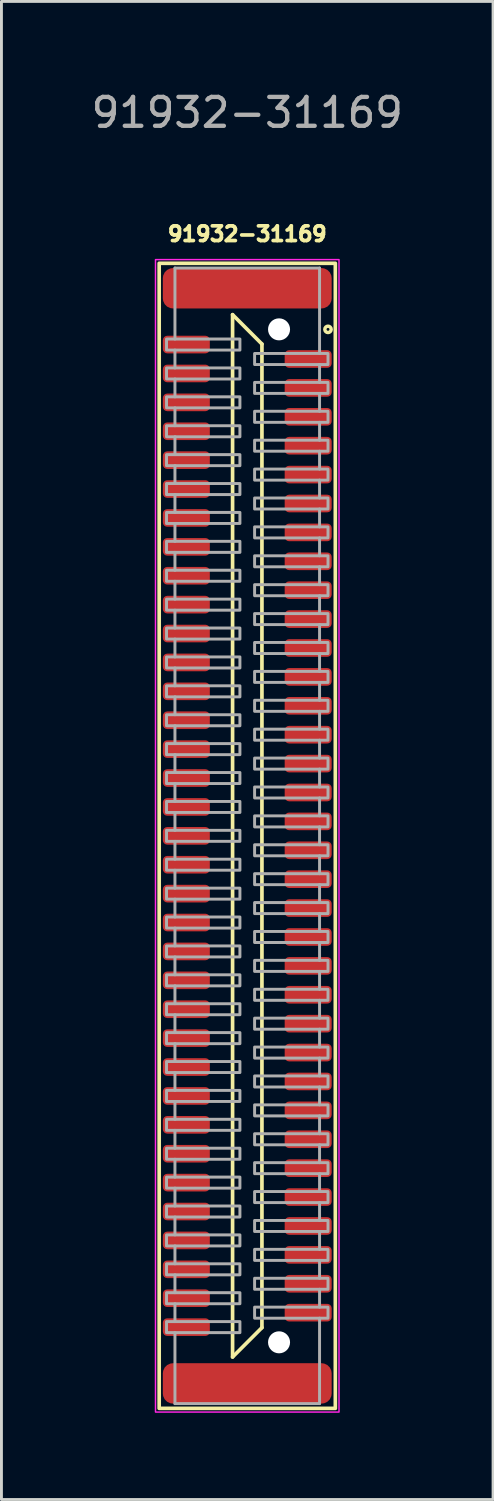
<source format=kicad_pcb>
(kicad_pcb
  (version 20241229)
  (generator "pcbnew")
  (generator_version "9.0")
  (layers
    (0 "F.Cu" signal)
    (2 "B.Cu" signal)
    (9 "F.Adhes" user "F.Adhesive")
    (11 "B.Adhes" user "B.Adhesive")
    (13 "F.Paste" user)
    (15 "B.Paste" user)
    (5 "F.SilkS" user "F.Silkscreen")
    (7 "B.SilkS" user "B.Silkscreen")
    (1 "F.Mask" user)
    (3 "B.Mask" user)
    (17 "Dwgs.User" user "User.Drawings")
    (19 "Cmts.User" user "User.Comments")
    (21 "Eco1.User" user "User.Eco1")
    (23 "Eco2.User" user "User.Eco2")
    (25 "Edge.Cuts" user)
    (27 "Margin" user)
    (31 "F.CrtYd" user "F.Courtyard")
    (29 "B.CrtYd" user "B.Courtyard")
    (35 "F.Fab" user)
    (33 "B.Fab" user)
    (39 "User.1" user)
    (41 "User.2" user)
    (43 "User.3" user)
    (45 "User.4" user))
  (footprint "91932-31169"
    (layer "F.Cu")
    (at 5.506 25.873)
    (property "Reference" "91932-31169" (at 0 -20.828 0) (layer "F.SilkS") (effects (font (size 0.508 0.508) (thickness 0.127))))
    (attr smd)
    (fp_line (start -0.508 -18.034) (end -0.508 18.034) (stroke (width 0.127) (type default)) (layer "F.SilkS"))
    (fp_line (start -0.508 18.034) (end 0.508 17.018) (stroke (width 0.127) (type default)) (layer "F.SilkS"))
    (fp_line (start 0.508 -17.018) (end -0.508 -18.034) (stroke (width 0.127) (type default)) (layer "F.SilkS"))
    (fp_line (start 0.508 17.018) (end 0.508 -17.018) (stroke (width 0.127) (type default)) (layer "F.SilkS"))
    (fp_rect (start 3.048 -19.812) (end -3.048 19.812) (stroke (width 0.127) (type default)) (fill no) (layer "F.SilkS"))
    (fp_circle (center 2.794 -17.526) (end 2.744 -17.526) (stroke (width 0.12) (type solid)) (fill no) (layer "F.SilkS"))
    (fp_rect (start 3.175 -19.939) (end -3.175 19.939) (stroke (width 0.051) (type default)) (fill no) (layer "F.CrtYd"))
    (fp_line (start -2.502 -19.647) (end -2.502 -17.191) (stroke (width 0.102) (type default)) (layer "F.Fab"))
    (fp_line (start -2.502 -19.647) (end 2.502 -19.647) (stroke (width 0.102) (type default)) (layer "F.Fab"))
    (fp_line (start -2.502 -16.809) (end -2.502 -16.191) (stroke (width 0.102) (type default)) (layer "F.Fab"))
    (fp_line (start -2.502 -15.809) (end -2.502 -15.191) (stroke (width 0.102) (type default)) (layer "F.Fab"))
    (fp_line (start -2.502 -14.809) (end -2.502 -14.191) (stroke (width 0.102) (type default)) (layer "F.Fab"))
    (fp_line (start -2.502 -13.809) (end -2.502 -13.191) (stroke (width 0.102) (type default)) (layer "F.Fab"))
    (fp_line (start -2.502 -12.809) (end -2.502 -12.191) (stroke (width 0.102) (type default)) (layer "F.Fab"))
    (fp_line (start -2.502 -11.809) (end -2.502 -11.191) (stroke (width 0.102) (type default)) (layer "F.Fab"))
    (fp_line (start -2.502 -10.809) (end -2.502 -10.191) (stroke (width 0.102) (type default)) (layer "F.Fab"))
    (fp_line (start -2.502 -9.809) (end -2.502 -9.191) (stroke (width 0.102) (type default)) (layer "F.Fab"))
    (fp_line (start -2.502 -8.809) (end -2.502 -8.191) (stroke (width 0.102) (type default)) (layer "F.Fab"))
    (fp_line (start -2.502 -7.809) (end -2.502 -7.191) (stroke (width 0.102) (type default)) (layer "F.Fab"))
    (fp_line (start -2.502 -6.809) (end -2.502 -6.191) (stroke (width 0.102) (type default)) (layer "F.Fab"))
    (fp_line (start -2.502 -5.809) (end -2.502 -5.191) (stroke (width 0.102) (type default)) (layer "F.Fab"))
    (fp_line (start -2.502 -4.809) (end -2.502 -4.191) (stroke (width 0.102) (type default)) (layer "F.Fab"))
    (fp_line (start -2.502 -3.809) (end -2.502 -3.191) (stroke (width 0.102) (type default)) (layer "F.Fab"))
    (fp_line (start -2.502 -2.809) (end -2.502 -2.191) (stroke (width 0.102) (type default)) (layer "F.Fab"))
    (fp_line (start -2.502 -1.81) (end -2.502 -1.19) (stroke (width 0.102) (type default)) (layer "F.Fab"))
    (fp_line (start -2.502 -0.809) (end -2.502 -0.191) (stroke (width 0.102) (type default)) (layer "F.Fab"))
    (fp_line (start -2.502 0.191) (end -2.502 0.809) (stroke (width 0.102) (type default)) (layer "F.Fab"))
    (fp_line (start -2.502 1.19) (end -2.502 1.81) (stroke (width 0.102) (type default)) (layer "F.Fab"))
    (fp_line (start -2.502 2.191) (end -2.502 2.809) (stroke (width 0.102) (type default)) (layer "F.Fab"))
    (fp_line (start -2.502 3.191) (end -2.502 3.809) (stroke (width 0.102) (type default)) (layer "F.Fab"))
    (fp_line (start -2.502 4.191) (end -2.502 4.809) (stroke (width 0.102) (type default)) (layer "F.Fab"))
    (fp_line (start -2.502 5.191) (end -2.502 5.809) (stroke (width 0.102) (type default)) (layer "F.Fab"))
    (fp_line (start -2.502 6.191) (end -2.502 6.809) (stroke (width 0.102) (type default)) (layer "F.Fab"))
    (fp_line (start -2.502 7.191) (end -2.502 7.809) (stroke (width 0.102) (type default)) (layer "F.Fab"))
    (fp_line (start -2.502 8.191) (end -2.502 8.809) (stroke (width 0.102) (type default)) (layer "F.Fab"))
    (fp_line (start -2.502 9.191) (end -2.502 9.809) (stroke (width 0.102) (type default)) (layer "F.Fab"))
    (fp_line (start -2.502 10.191) (end -2.502 10.809) (stroke (width 0.102) (type default)) (layer "F.Fab"))
    (fp_line (start -2.502 11.191) (end -2.502 11.809) (stroke (width 0.102) (type default)) (layer "F.Fab"))
    (fp_line (start -2.502 12.191) (end -2.502 12.809) (stroke (width 0.102) (type default)) (layer "F.Fab"))
    (fp_line (start -2.502 13.191) (end -2.502 13.809) (stroke (width 0.102) (type default)) (layer "F.Fab"))
    (fp_line (start -2.502 14.191) (end -2.502 14.809) (stroke (width 0.102) (type default)) (layer "F.Fab"))
    (fp_line (start -2.502 15.191) (end -2.502 15.809) (stroke (width 0.102) (type default)) (layer "F.Fab"))
    (fp_line (start -2.502 16.191) (end -2.502 16.809) (stroke (width 0.102) (type default)) (layer "F.Fab"))
    (fp_line (start -2.502 17.191) (end -2.502 19.647) (stroke (width 0.102) (type default)) (layer "F.Fab"))
    (fp_line (start -2.502 19.647) (end 2.502 19.647) (stroke (width 0.102) (type default)) (layer "F.Fab"))
    (fp_line (start 2.502 -19.647) (end 2.502 -16.691) (stroke (width 0.102) (type default)) (layer "F.Fab"))
    (fp_line (start 2.502 -16.309) (end 2.502 -15.691) (stroke (width 0.102) (type default)) (layer "F.Fab"))
    (fp_line (start 2.502 -15.309) (end 2.502 -14.691) (stroke (width 0.102) (type default)) (layer "F.Fab"))
    (fp_line (start 2.502 -14.309) (end 2.502 -13.691) (stroke (width 0.102) (type default)) (layer "F.Fab"))
    (fp_line (start 2.502 -13.309) (end 2.502 -12.691) (stroke (width 0.102) (type default)) (layer "F.Fab"))
    (fp_line (start 2.502 -12.309) (end 2.502 -11.691) (stroke (width 0.102) (type default)) (layer "F.Fab"))
    (fp_line (start 2.502 -11.309) (end 2.502 -10.691) (stroke (width 0.102) (type default)) (layer "F.Fab"))
    (fp_line (start 2.502 -10.309) (end 2.502 -9.691) (stroke (width 0.102) (type default)) (layer "F.Fab"))
    (fp_line (start 2.502 -9.309) (end 2.502 -8.691) (stroke (width 0.102) (type default)) (layer "F.Fab"))
    (fp_line (start 2.502 -8.309) (end 2.502 -7.691) (stroke (width 0.102) (type default)) (layer "F.Fab"))
    (fp_line (start 2.502 -7.309) (end 2.502 -6.691) (stroke (width 0.102) (type default)) (layer "F.Fab"))
    (fp_line (start 2.502 -6.309) (end 2.502 -5.691) (stroke (width 0.102) (type default)) (layer "F.Fab"))
    (fp_line (start 2.502 -5.309) (end 2.502 -4.691) (stroke (width 0.102) (type default)) (layer "F.Fab"))
    (fp_line (start 2.502 -4.309) (end 2.502 -3.691) (stroke (width 0.102) (type default)) (layer "F.Fab"))
    (fp_line (start 2.502 -3.309) (end 2.502 -2.691) (stroke (width 0.102) (type default)) (layer "F.Fab"))
    (fp_line (start 2.502 -2.309) (end 2.502 -1.69) (stroke (width 0.102) (type default)) (layer "F.Fab"))
    (fp_line (start 2.502 -1.31) (end 2.502 -0.691) (stroke (width 0.102) (type default)) (layer "F.Fab"))
    (fp_line (start 2.502 -0.309) (end 2.502 0.309) (stroke (width 0.102) (type default)) (layer "F.Fab"))
    (fp_line (start 2.502 0.691) (end 2.502 1.31) (stroke (width 0.102) (type default)) (layer "F.Fab"))
    (fp_line (start 2.502 1.69) (end 2.502 2.309) (stroke (width 0.102) (type default)) (layer "F.Fab"))
    (fp_line (start 2.502 2.691) (end 2.502 3.309) (stroke (width 0.102) (type default)) (layer "F.Fab"))
    (fp_line (start 2.502 3.691) (end 2.502 4.309) (stroke (width 0.102) (type default)) (layer "F.Fab"))
    (fp_line (start 2.502 4.691) (end 2.502 5.309) (stroke (width 0.102) (type default)) (layer "F.Fab"))
    (fp_line (start 2.502 5.691) (end 2.502 6.309) (stroke (width 0.102) (type default)) (layer "F.Fab"))
    (fp_line (start 2.502 6.691) (end 2.502 7.309) (stroke (width 0.102) (type default)) (layer "F.Fab"))
    (fp_line (start 2.502 7.691) (end 2.502 8.309) (stroke (width 0.102) (type default)) (layer "F.Fab"))
    (fp_line (start 2.502 8.691) (end 2.502 9.309) (stroke (width 0.102) (type default)) (layer "F.Fab"))
    (fp_line (start 2.502 9.691) (end 2.502 10.309) (stroke (width 0.102) (type default)) (layer "F.Fab"))
    (fp_line (start 2.502 10.691) (end 2.502 11.309) (stroke (width 0.102) (type default)) (layer "F.Fab"))
    (fp_line (start 2.502 11.691) (end 2.502 12.309) (stroke (width 0.102) (type default)) (layer "F.Fab"))
    (fp_line (start 2.502 12.691) (end 2.502 13.309) (stroke (width 0.102) (type default)) (layer "F.Fab"))
    (fp_line (start 2.502 13.691) (end 2.502 14.309) (stroke (width 0.102) (type default)) (layer "F.Fab"))
    (fp_line (start 2.502 14.691) (end 2.502 15.309) (stroke (width 0.102) (type default)) (layer "F.Fab"))
    (fp_line (start 2.502 15.691) (end 2.502 16.309) (stroke (width 0.102) (type default)) (layer "F.Fab"))
    (fp_line (start 2.502 16.691) (end 2.502 19.647) (stroke (width 0.102) (type default)) (layer "F.Fab"))
    (fp_rect (start -0.254 -17.191) (end -2.794 -16.809) (stroke (width 0.102) (type default)) (fill no) (layer "F.Fab"))
    (fp_rect (start -0.254 -16.191) (end -2.794 -15.809) (stroke (width 0.102) (type default)) (fill no) (layer "F.Fab"))
    (fp_rect (start -0.254 -15.191) (end -2.794 -14.809) (stroke (width 0.102) (type default)) (fill no) (layer "F.Fab"))
    (fp_rect (start -0.254 -14.191) (end -2.794 -13.809) (stroke (width 0.102) (type default)) (fill no) (layer "F.Fab"))
    (fp_rect (start -0.254 -13.191) (end -2.794 -12.809) (stroke (width 0.102) (type default)) (fill no) (layer "F.Fab"))
    (fp_rect (start -0.254 -12.191) (end -2.794 -11.809) (stroke (width 0.102) (type default)) (fill no) (layer "F.Fab"))
    (fp_rect (start -0.254 -11.191) (end -2.794 -10.809) (stroke (width 0.102) (type default)) (fill no) (layer "F.Fab"))
    (fp_rect (start -0.254 -10.191) (end -2.794 -9.809) (stroke (width 0.102) (type default)) (fill no) (layer "F.Fab"))
    (fp_rect (start -0.254 -9.191) (end -2.794 -8.809) (stroke (width 0.102) (type default)) (fill no) (layer "F.Fab"))
    (fp_rect (start -0.254 -8.191) (end -2.794 -7.809) (stroke (width 0.102) (type default)) (fill no) (layer "F.Fab"))
    (fp_rect (start -0.254 -7.191) (end -2.794 -6.809) (stroke (width 0.102) (type default)) (fill no) (layer "F.Fab"))
    (fp_rect (start -0.254 -6.191) (end -2.794 -5.809) (stroke (width 0.102) (type default)) (fill no) (layer "F.Fab"))
    (fp_rect (start -0.254 -5.191) (end -2.794 -4.809) (stroke (width 0.102) (type default)) (fill no) (layer "F.Fab"))
    (fp_rect (start -0.254 -4.191) (end -2.794 -3.809) (stroke (width 0.102) (type default)) (fill no) (layer "F.Fab"))
    (fp_rect (start -0.254 -3.191) (end -2.794 -2.809) (stroke (width 0.102) (type default)) (fill no) (layer "F.Fab"))
    (fp_rect (start -0.254 -2.191) (end -2.794 -1.81) (stroke (width 0.102) (type default)) (fill no) (layer "F.Fab"))
    (fp_rect (start -0.254 -1.19) (end -2.794 -0.809) (stroke (width 0.102) (type default)) (fill no) (layer "F.Fab"))
    (fp_rect (start -0.254 -0.191) (end -2.794 0.191) (stroke (width 0.102) (type default)) (fill no) (layer "F.Fab"))
    (fp_rect (start -0.254 0.809) (end -2.794 1.19) (stroke (width 0.102) (type default)) (fill no) (layer "F.Fab"))
    (fp_rect (start -0.254 1.81) (end -2.794 2.191) (stroke (width 0.102) (type default)) (fill no) (layer "F.Fab"))
    (fp_rect (start -0.254 2.809) (end -2.794 3.191) (stroke (width 0.102) (type default)) (fill no) (layer "F.Fab"))
    (fp_rect (start -0.254 3.809) (end -2.794 4.191) (stroke (width 0.102) (type default)) (fill no) (layer "F.Fab"))
    (fp_rect (start -0.254 4.809) (end -2.794 5.191) (stroke (width 0.102) (type default)) (fill no) (layer "F.Fab"))
    (fp_rect (start -0.254 5.809) (end -2.794 6.191) (stroke (width 0.102) (type default)) (fill no) (layer "F.Fab"))
    (fp_rect (start -0.254 6.809) (end -2.794 7.191) (stroke (width 0.102) (type default)) (fill no) (layer "F.Fab"))
    (fp_rect (start -0.254 7.809) (end -2.794 8.191) (stroke (width 0.102) (type default)) (fill no) (layer "F.Fab"))
    (fp_rect (start -0.254 8.809) (end -2.794 9.191) (stroke (width 0.102) (type default)) (fill no) (layer "F.Fab"))
    (fp_rect (start -0.254 9.809) (end -2.794 10.191) (stroke (width 0.102) (type default)) (fill no) (layer "F.Fab"))
    (fp_rect (start -0.254 10.809) (end -2.794 11.191) (stroke (width 0.102) (type default)) (fill no) (layer "F.Fab"))
    (fp_rect (start -0.254 11.809) (end -2.794 12.191) (stroke (width 0.102) (type default)) (fill no) (layer "F.Fab"))
    (fp_rect (start -0.254 12.809) (end -2.794 13.191) (stroke (width 0.102) (type default)) (fill no) (layer "F.Fab"))
    (fp_rect (start -0.254 13.809) (end -2.794 14.191) (stroke (width 0.102) (type default)) (fill no) (layer "F.Fab"))
    (fp_rect (start -0.254 14.809) (end -2.794 15.191) (stroke (width 0.102) (type default)) (fill no) (layer "F.Fab"))
    (fp_rect (start -0.254 15.809) (end -2.794 16.191) (stroke (width 0.102) (type default)) (fill no) (layer "F.Fab"))
    (fp_rect (start -0.254 16.809) (end -2.794 17.191) (stroke (width 0.102) (type default)) (fill no) (layer "F.Fab"))
    (fp_rect (start 2.794 -16.691) (end 0.254 -16.309) (stroke (width 0.102) (type default)) (fill no) (layer "F.Fab"))
    (fp_rect (start 2.794 -15.691) (end 0.254 -15.309) (stroke (width 0.102) (type default)) (fill no) (layer "F.Fab"))
    (fp_rect (start 2.794 -14.691) (end 0.254 -14.309) (stroke (width 0.102) (type default)) (fill no) (layer "F.Fab"))
    (fp_rect (start 2.794 -13.691) (end 0.254 -13.309) (stroke (width 0.102) (type default)) (fill no) (layer "F.Fab"))
    (fp_rect (start 2.794 -12.691) (end 0.254 -12.309) (stroke (width 0.102) (type default)) (fill no) (layer "F.Fab"))
    (fp_rect (start 2.794 -11.691) (end 0.254 -11.309) (stroke (width 0.102) (type default)) (fill no) (layer "F.Fab"))
    (fp_rect (start 2.794 -10.691) (end 0.254 -10.309) (stroke (width 0.102) (type default)) (fill no) (layer "F.Fab"))
    (fp_rect (start 2.794 -9.691) (end 0.254 -9.309) (stroke (width 0.102) (type default)) (fill no) (layer "F.Fab"))
    (fp_rect (start 2.794 -8.691) (end 0.254 -8.309) (stroke (width 0.102) (type default)) (fill no) (layer "F.Fab"))
    (fp_rect (start 2.794 -7.691) (end 0.254 -7.309) (stroke (width 0.102) (type default)) (fill no) (layer "F.Fab"))
    (fp_rect (start 2.794 -6.691) (end 0.254 -6.309) (stroke (width 0.102) (type default)) (fill no) (layer "F.Fab"))
    (fp_rect (start 2.794 -5.691) (end 0.254 -5.309) (stroke (width 0.102) (type default)) (fill no) (layer "F.Fab"))
    (fp_rect (start 2.794 -4.691) (end 0.254 -4.309) (stroke (width 0.102) (type default)) (fill no) (layer "F.Fab"))
    (fp_rect (start 2.794 -3.691) (end 0.254 -3.309) (stroke (width 0.102) (type default)) (fill no) (layer "F.Fab"))
    (fp_rect (start 2.794 -2.691) (end 0.254 -2.309) (stroke (width 0.102) (type default)) (fill no) (layer "F.Fab"))
    (fp_rect (start 2.794 -1.69) (end 0.254 -1.31) (stroke (width 0.102) (type default)) (fill no) (layer "F.Fab"))
    (fp_rect (start 2.794 -0.691) (end 0.254 -0.309) (stroke (width 0.102) (type default)) (fill no) (layer "F.Fab"))
    (fp_rect (start 2.794 0.309) (end 0.254 0.691) (stroke (width 0.102) (type default)) (fill no) (layer "F.Fab"))
    (fp_rect (start 2.794 1.31) (end 0.254 1.69) (stroke (width 0.102) (type default)) (fill no) (layer "F.Fab"))
    (fp_rect (start 2.794 2.309) (end 0.254 2.691) (stroke (width 0.102) (type default)) (fill no) (layer "F.Fab"))
    (fp_rect (start 2.794 3.309) (end 0.254 3.691) (stroke (width 0.102) (type default)) (fill no) (layer "F.Fab"))
    (fp_rect (start 2.794 4.309) (end 0.254 4.691) (stroke (width 0.102) (type default)) (fill no) (layer "F.Fab"))
    (fp_rect (start 2.794 5.309) (end 0.254 5.691) (stroke (width 0.102) (type default)) (fill no) (layer "F.Fab"))
    (fp_rect (start 2.794 6.309) (end 0.254 6.691) (stroke (width 0.102) (type default)) (fill no) (layer "F.Fab"))
    (fp_rect (start 2.794 7.309) (end 0.254 7.691) (stroke (width 0.102) (type default)) (fill no) (layer "F.Fab"))
    (fp_rect (start 2.794 8.309) (end 0.254 8.691) (stroke (width 0.102) (type default)) (fill no) (layer "F.Fab"))
    (fp_rect (start 2.794 9.309) (end 0.254 9.691) (stroke (width 0.102) (type default)) (fill no) (layer "F.Fab"))
    (fp_rect (start 2.794 10.309) (end 0.254 10.691) (stroke (width 0.102) (type default)) (fill no) (layer "F.Fab"))
    (fp_rect (start 2.794 11.309) (end 0.254 11.691) (stroke (width 0.102) (type default)) (fill no) (layer "F.Fab"))
    (fp_rect (start 2.794 12.309) (end 0.254 12.691) (stroke (width 0.102) (type default)) (fill no) (layer "F.Fab"))
    (fp_rect (start 2.794 13.309) (end 0.254 13.691) (stroke (width 0.102) (type default)) (fill no) (layer "F.Fab"))
    (fp_rect (start 2.794 14.309) (end 0.254 14.691) (stroke (width 0.102) (type default)) (fill no) (layer "F.Fab"))
    (fp_rect (start 2.794 15.309) (end 0.254 15.691) (stroke (width 0.102) (type default)) (fill no) (layer "F.Fab"))
    (fp_rect (start 2.794 16.309) (end 0.254 16.691) (stroke (width 0.102) (type default)) (fill no) (layer "F.Fab"))
    (fp_text user "${REFERENCE}" (at 0 -25.025 180) (layer "F.Fab") (effects (font (size 1 1) (thickness 0.15))))
    (pad "" np_thru_hole circle (at 1.1 -17.526) (size 0.762 0.762) (drill 0.762) (layers "*.Cu" "*.Mask"))
    (pad "" np_thru_hole circle (at 1.1 17.526) (size 0.762 0.762) (drill 0.762) (layers "*.Cu" "*.Mask"))
    (pad "1" smd roundrect (at 2.108 -16.5) (size 1.626 0.61) (layers "F.Cu" "F.Mask" "F.Paste") (roundrect_rratio 0.25))
    (pad "2" smd roundrect (at 2.108 -15.5) (size 1.626 0.61) (layers "F.Cu" "F.Mask" "F.Paste") (roundrect_rratio 0.25))
    (pad "3" smd roundrect (at 2.108 -14.5) (size 1.626 0.61) (layers "F.Cu" "F.Mask" "F.Paste") (roundrect_rratio 0.25))
    (pad "4" smd roundrect (at 2.108 -13.5) (size 1.626 0.61) (layers "F.Cu" "F.Mask" "F.Paste") (roundrect_rratio 0.25))
    (pad "5" smd roundrect (at 2.108 -12.5) (size 1.626 0.61) (layers "F.Cu" "F.Mask" "F.Paste") (roundrect_rratio 0.25))
    (pad "6" smd roundrect (at 2.108 -11.5) (size 1.626 0.61) (layers "F.Cu" "F.Mask" "F.Paste") (roundrect_rratio 0.25))
    (pad "7" smd roundrect (at 2.108 -10.5) (size 1.626 0.61) (layers "F.Cu" "F.Mask" "F.Paste") (roundrect_rratio 0.25))
    (pad "8" smd roundrect (at 2.108 -9.5) (size 1.626 0.61) (layers "F.Cu" "F.Mask" "F.Paste") (roundrect_rratio 0.25))
    (pad "9" smd roundrect (at 2.108 -8.5) (size 1.626 0.61) (layers "F.Cu" "F.Mask" "F.Paste") (roundrect_rratio 0.25))
    (pad "10" smd roundrect (at 2.108 -7.5) (size 1.626 0.61) (layers "F.Cu" "F.Mask" "F.Paste") (roundrect_rratio 0.25))
    (pad "11" smd roundrect (at 2.108 -6.5) (size 1.626 0.61) (layers "F.Cu" "F.Mask" "F.Paste") (roundrect_rratio 0.25))
    (pad "12" smd roundrect (at 2.108 -5.5) (size 1.626 0.61) (layers "F.Cu" "F.Mask" "F.Paste") (roundrect_rratio 0.25))
    (pad "13" smd roundrect (at 2.108 -4.5) (size 1.626 0.61) (layers "F.Cu" "F.Mask" "F.Paste") (roundrect_rratio 0.25))
    (pad "14" smd roundrect (at 2.108 -3.5) (size 1.626 0.61) (layers "F.Cu" "F.Mask" "F.Paste") (roundrect_rratio 0.25))
    (pad "15" smd roundrect (at 2.108 -2.5) (size 1.626 0.61) (layers "F.Cu" "F.Mask" "F.Paste") (roundrect_rratio 0.25))
    (pad "16" smd roundrect (at 2.108 -1.5) (size 1.626 0.61) (layers "F.Cu" "F.Mask" "F.Paste") (roundrect_rratio 0.25))
    (pad "17" smd roundrect (at 2.108 -0.5) (size 1.626 0.61) (layers "F.Cu" "F.Mask" "F.Paste") (roundrect_rratio 0.25))
    (pad "18" smd roundrect (at 2.108 0.5) (size 1.626 0.61) (layers "F.Cu" "F.Mask" "F.Paste") (roundrect_rratio 0.25))
    (pad "19" smd roundrect (at 2.108 1.5) (size 1.626 0.61) (layers "F.Cu" "F.Mask" "F.Paste") (roundrect_rratio 0.25))
    (pad "20" smd roundrect (at 2.108 2.5) (size 1.626 0.61) (layers "F.Cu" "F.Mask" "F.Paste") (roundrect_rratio 0.25))
    (pad "21" smd roundrect (at 2.108 3.5) (size 1.626 0.61) (layers "F.Cu" "F.Mask" "F.Paste") (roundrect_rratio 0.25))
    (pad "22" smd roundrect (at 2.108 4.5) (size 1.626 0.61) (layers "F.Cu" "F.Mask" "F.Paste") (roundrect_rratio 0.25))
    (pad "23" smd roundrect (at 2.108 5.5) (size 1.626 0.61) (layers "F.Cu" "F.Mask" "F.Paste") (roundrect_rratio 0.25))
    (pad "24" smd roundrect (at 2.108 6.5) (size 1.626 0.61) (layers "F.Cu" "F.Mask" "F.Paste") (roundrect_rratio 0.25))
    (pad "25" smd roundrect (at 2.108 7.5) (size 1.626 0.61) (layers "F.Cu" "F.Mask" "F.Paste") (roundrect_rratio 0.25))
    (pad "26" smd roundrect (at 2.108 8.5) (size 1.626 0.61) (layers "F.Cu" "F.Mask" "F.Paste") (roundrect_rratio 0.25))
    (pad "27" smd roundrect (at 2.108 9.5) (size 1.626 0.61) (layers "F.Cu" "F.Mask" "F.Paste") (roundrect_rratio 0.25))
    (pad "28" smd roundrect (at 2.108 10.5) (size 1.626 0.61) (layers "F.Cu" "F.Mask" "F.Paste") (roundrect_rratio 0.25))
    (pad "29" smd roundrect (at 2.108 11.5) (size 1.626 0.61) (layers "F.Cu" "F.Mask" "F.Paste") (roundrect_rratio 0.25))
    (pad "30" smd roundrect (at 2.108 12.5) (size 1.626 0.61) (layers "F.Cu" "F.Mask" "F.Paste") (roundrect_rratio 0.25))
    (pad "31" smd roundrect (at 2.108 13.5) (size 1.626 0.61) (layers "F.Cu" "F.Mask" "F.Paste") (roundrect_rratio 0.25))
    (pad "32" smd roundrect (at 2.108 14.5) (size 1.626 0.61) (layers "F.Cu" "F.Mask" "F.Paste") (roundrect_rratio 0.25))
    (pad "33" smd roundrect (at 2.108 15.5) (size 1.626 0.61) (layers "F.Cu" "F.Mask" "F.Paste") (roundrect_rratio 0.25))
    (pad "34" smd roundrect (at 2.108 16.5) (size 1.626 0.61) (layers "F.Cu" "F.Mask" "F.Paste") (roundrect_rratio 0.25))
    (pad "35" smd roundrect (at -2.108 17) (size 1.626 0.61) (layers "F.Cu" "F.Mask" "F.Paste") (roundrect_rratio 0.25))
    (pad "36" smd roundrect (at -2.108 16) (size 1.626 0.61) (layers "F.Cu" "F.Mask" "F.Paste") (roundrect_rratio 0.25))
    (pad "37" smd roundrect (at -2.108 15) (size 1.626 0.61) (layers "F.Cu" "F.Mask" "F.Paste") (roundrect_rratio 0.25))
    (pad "38" smd roundrect (at -2.108 14) (size 1.626 0.61) (layers "F.Cu" "F.Mask" "F.Paste") (roundrect_rratio 0.25))
    (pad "39" smd roundrect (at -2.108 13) (size 1.626 0.61) (layers "F.Cu" "F.Mask" "F.Paste") (roundrect_rratio 0.25))
    (pad "40" smd roundrect (at -2.108 12) (size 1.626 0.61) (layers "F.Cu" "F.Mask" "F.Paste") (roundrect_rratio 0.25))
    (pad "41" smd roundrect (at -2.108 11) (size 1.626 0.61) (layers "F.Cu" "F.Mask" "F.Paste") (roundrect_rratio 0.25))
    (pad "42" smd roundrect (at -2.108 10) (size 1.626 0.61) (layers "F.Cu" "F.Mask" "F.Paste") (roundrect_rratio 0.25))
    (pad "43" smd roundrect (at -2.108 9) (size 1.626 0.61) (layers "F.Cu" "F.Mask" "F.Paste") (roundrect_rratio 0.25))
    (pad "44" smd roundrect (at -2.108 8) (size 1.626 0.61) (layers "F.Cu" "F.Mask" "F.Paste") (roundrect_rratio 0.25))
    (pad "45" smd roundrect (at -2.108 7) (size 1.626 0.61) (layers "F.Cu" "F.Mask" "F.Paste") (roundrect_rratio 0.25))
    (pad "46" smd roundrect (at -2.108 6) (size 1.626 0.61) (layers "F.Cu" "F.Mask" "F.Paste") (roundrect_rratio 0.25))
    (pad "47" smd roundrect (at -2.108 5) (size 1.626 0.61) (layers "F.Cu" "F.Mask" "F.Paste") (roundrect_rratio 0.25))
    (pad "48" smd roundrect (at -2.108 4) (size 1.626 0.61) (layers "F.Cu" "F.Mask" "F.Paste") (roundrect_rratio 0.25))
    (pad "49" smd roundrect (at -2.108 3) (size 1.626 0.61) (layers "F.Cu" "F.Mask" "F.Paste") (roundrect_rratio 0.25))
    (pad "50" smd roundrect (at -2.108 2) (size 1.626 0.61) (layers "F.Cu" "F.Mask" "F.Paste") (roundrect_rratio 0.25))
    (pad "51" smd roundrect (at -2.108 1) (size 1.626 0.61) (layers "F.Cu" "F.Mask" "F.Paste") (roundrect_rratio 0.25))
    (pad "52" smd roundrect (at -2.108 0) (size 1.626 0.61) (layers "F.Cu" "F.Mask" "F.Paste") (roundrect_rratio 0.25))
    (pad "53" smd roundrect (at -2.108 -1) (size 1.626 0.61) (layers "F.Cu" "F.Mask" "F.Paste") (roundrect_rratio 0.25))
    (pad "54" smd roundrect (at -2.108 -2) (size 1.626 0.61) (layers "F.Cu" "F.Mask" "F.Paste") (roundrect_rratio 0.25))
    (pad "55" smd roundrect (at -2.108 -3) (size 1.626 0.61) (layers "F.Cu" "F.Mask" "F.Paste") (roundrect_rratio 0.25))
    (pad "56" smd roundrect (at -2.108 -4) (size 1.626 0.61) (layers "F.Cu" "F.Mask" "F.Paste") (roundrect_rratio 0.25))
    (pad "57" smd roundrect (at -2.108 -5) (size 1.626 0.61) (layers "F.Cu" "F.Mask" "F.Paste") (roundrect_rratio 0.25))
    (pad "58" smd roundrect (at -2.108 -6) (size 1.626 0.61) (layers "F.Cu" "F.Mask" "F.Paste") (roundrect_rratio 0.25))
    (pad "59" smd roundrect (at -2.108 -7) (size 1.626 0.61) (layers "F.Cu" "F.Mask" "F.Paste") (roundrect_rratio 0.25))
    (pad "60" smd roundrect (at -2.108 -8) (size 1.626 0.61) (layers "F.Cu" "F.Mask" "F.Paste") (roundrect_rratio 0.25))
    (pad "61" smd roundrect (at -2.108 -9) (size 1.626 0.61) (layers "F.Cu" "F.Mask" "F.Paste") (roundrect_rratio 0.25))
    (pad "62" smd roundrect (at -2.108 -10) (size 1.626 0.61) (layers "F.Cu" "F.Mask" "F.Paste") (roundrect_rratio 0.25))
    (pad "63" smd roundrect (at -2.108 -11) (size 1.626 0.61) (layers "F.Cu" "F.Mask" "F.Paste") (roundrect_rratio 0.25))
    (pad "64" smd roundrect (at -2.108 -12) (size 1.626 0.61) (layers "F.Cu" "F.Mask" "F.Paste") (roundrect_rratio 0.25))
    (pad "65" smd roundrect (at -2.108 -13) (size 1.626 0.61) (layers "F.Cu" "F.Mask" "F.Paste") (roundrect_rratio 0.25))
    (pad "66" smd roundrect (at -2.108 -14) (size 1.626 0.61) (layers "F.Cu" "F.Mask" "F.Paste") (roundrect_rratio 0.25))
    (pad "67" smd roundrect (at -2.108 -15) (size 1.626 0.61) (layers "F.Cu" "F.Mask" "F.Paste") (roundrect_rratio 0.25))
    (pad "68" smd roundrect (at -2.108 -16) (size 1.626 0.61) (layers "F.Cu" "F.Mask" "F.Paste") (roundrect_rratio 0.25))
    (pad "69" smd roundrect (at -2.108 -17) (size 1.626 0.61) (layers "F.Cu" "F.Mask" "F.Paste") (roundrect_rratio 0.25))
    (pad "MP" smd roundrect (at 0 -18.948) (size 5.842 1.397) (layers "F.Cu" "F.Mask" "F.Paste") (roundrect_rratio 0.25))
    (pad "MP" smd roundrect (at 0 18.948) (size 5.842 1.397) (layers "F.Cu" "F.Mask" "F.Paste") (roundrect_rratio 0.25)))
  (gr_rect
    (start -3 -3)
    (end 14.012 48.838)
    (stroke (width 0.1) (type default))
    (fill no)
    (layer "Edge.Cuts")))
</source>
